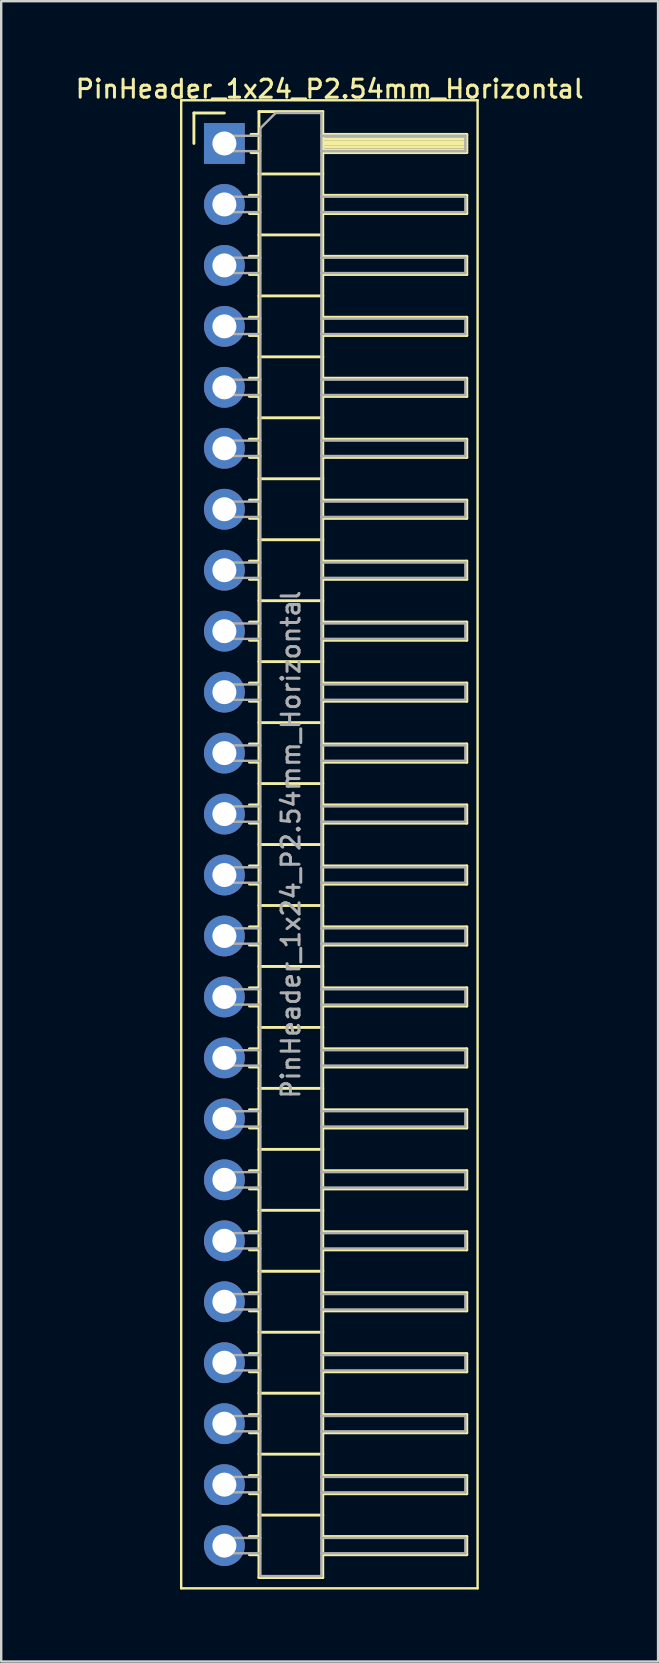
<source format=kicad_pcb>
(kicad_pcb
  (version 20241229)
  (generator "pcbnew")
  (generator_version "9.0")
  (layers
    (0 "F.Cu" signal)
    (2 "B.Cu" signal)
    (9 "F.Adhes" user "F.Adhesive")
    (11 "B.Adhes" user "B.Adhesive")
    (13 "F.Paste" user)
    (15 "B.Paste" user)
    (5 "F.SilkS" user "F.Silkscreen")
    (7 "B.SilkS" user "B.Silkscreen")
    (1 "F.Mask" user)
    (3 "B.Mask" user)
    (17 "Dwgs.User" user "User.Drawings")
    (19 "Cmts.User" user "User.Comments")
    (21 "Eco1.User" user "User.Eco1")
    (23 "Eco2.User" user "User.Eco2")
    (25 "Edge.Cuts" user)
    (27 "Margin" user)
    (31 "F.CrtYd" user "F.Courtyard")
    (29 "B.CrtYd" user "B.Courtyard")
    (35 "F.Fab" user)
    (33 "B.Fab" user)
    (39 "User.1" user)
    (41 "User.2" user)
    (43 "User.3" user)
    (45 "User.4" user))
  (footprint "PinHeader_1x24_P2.54mm_Horizontal"
    (layer "F.Cu")
    (at 6.299 2.928)
    (property "Reference" "PinHeader_1x24_P2.54mm_Horizontal" (at 4.385 -2.27 0) (layer "F.SilkS") (effects (font (size 0.75 0.75) (thickness 0.125))))
    (attr through_hole)
    (fp_line (start -1.8 -1.8) (end -1.8 60.2) (stroke (width 0.1) (type solid)) (layer "F.SilkS"))
    (fp_line (start -1.8 60.2) (end 10.55 60.2) (stroke (width 0.1) (type solid)) (layer "F.SilkS"))
    (fp_line (start -1.27 -1.27) (end 0 -1.27) (stroke (width 0.12) (type solid)) (layer "F.SilkS"))
    (fp_line (start -1.27 0) (end -1.27 -1.27) (stroke (width 0.12) (type solid)) (layer "F.SilkS"))
    (fp_line (start 1.043 2.16) (end 1.44 2.16) (stroke (width 0.12) (type solid)) (layer "F.SilkS"))
    (fp_line (start 1.043 2.92) (end 1.44 2.92) (stroke (width 0.12) (type solid)) (layer "F.SilkS"))
    (fp_line (start 1.043 4.7) (end 1.44 4.7) (stroke (width 0.12) (type solid)) (layer "F.SilkS"))
    (fp_line (start 1.043 5.46) (end 1.44 5.46) (stroke (width 0.12) (type solid)) (layer "F.SilkS"))
    (fp_line (start 1.043 7.24) (end 1.44 7.24) (stroke (width 0.12) (type solid)) (layer "F.SilkS"))
    (fp_line (start 1.043 8) (end 1.44 8) (stroke (width 0.12) (type solid)) (layer "F.SilkS"))
    (fp_line (start 1.043 9.78) (end 1.44 9.78) (stroke (width 0.12) (type solid)) (layer "F.SilkS"))
    (fp_line (start 1.043 10.54) (end 1.44 10.54) (stroke (width 0.12) (type solid)) (layer "F.SilkS"))
    (fp_line (start 1.043 12.32) (end 1.44 12.32) (stroke (width 0.12) (type solid)) (layer "F.SilkS"))
    (fp_line (start 1.043 13.08) (end 1.44 13.08) (stroke (width 0.12) (type solid)) (layer "F.SilkS"))
    (fp_line (start 1.043 14.86) (end 1.44 14.86) (stroke (width 0.12) (type solid)) (layer "F.SilkS"))
    (fp_line (start 1.043 15.62) (end 1.44 15.62) (stroke (width 0.12) (type solid)) (layer "F.SilkS"))
    (fp_line (start 1.043 17.4) (end 1.44 17.4) (stroke (width 0.12) (type solid)) (layer "F.SilkS"))
    (fp_line (start 1.043 18.16) (end 1.44 18.16) (stroke (width 0.12) (type solid)) (layer "F.SilkS"))
    (fp_line (start 1.043 19.94) (end 1.44 19.94) (stroke (width 0.12) (type solid)) (layer "F.SilkS"))
    (fp_line (start 1.043 20.7) (end 1.44 20.7) (stroke (width 0.12) (type solid)) (layer "F.SilkS"))
    (fp_line (start 1.043 22.48) (end 1.44 22.48) (stroke (width 0.12) (type solid)) (layer "F.SilkS"))
    (fp_line (start 1.043 23.24) (end 1.44 23.24) (stroke (width 0.12) (type solid)) (layer "F.SilkS"))
    (fp_line (start 1.043 25.02) (end 1.44 25.02) (stroke (width 0.12) (type solid)) (layer "F.SilkS"))
    (fp_line (start 1.043 25.78) (end 1.44 25.78) (stroke (width 0.12) (type solid)) (layer "F.SilkS"))
    (fp_line (start 1.043 27.56) (end 1.44 27.56) (stroke (width 0.12) (type solid)) (layer "F.SilkS"))
    (fp_line (start 1.043 28.32) (end 1.44 28.32) (stroke (width 0.12) (type solid)) (layer "F.SilkS"))
    (fp_line (start 1.043 30.1) (end 1.44 30.1) (stroke (width 0.12) (type solid)) (layer "F.SilkS"))
    (fp_line (start 1.043 30.86) (end 1.44 30.86) (stroke (width 0.12) (type solid)) (layer "F.SilkS"))
    (fp_line (start 1.043 32.64) (end 1.44 32.64) (stroke (width 0.12) (type solid)) (layer "F.SilkS"))
    (fp_line (start 1.043 33.4) (end 1.44 33.4) (stroke (width 0.12) (type solid)) (layer "F.SilkS"))
    (fp_line (start 1.043 35.18) (end 1.44 35.18) (stroke (width 0.12) (type solid)) (layer "F.SilkS"))
    (fp_line (start 1.043 35.94) (end 1.44 35.94) (stroke (width 0.12) (type solid)) (layer "F.SilkS"))
    (fp_line (start 1.043 37.72) (end 1.44 37.72) (stroke (width 0.12) (type solid)) (layer "F.SilkS"))
    (fp_line (start 1.043 38.48) (end 1.44 38.48) (stroke (width 0.12) (type solid)) (layer "F.SilkS"))
    (fp_line (start 1.043 40.26) (end 1.44 40.26) (stroke (width 0.12) (type solid)) (layer "F.SilkS"))
    (fp_line (start 1.043 41.02) (end 1.44 41.02) (stroke (width 0.12) (type solid)) (layer "F.SilkS"))
    (fp_line (start 1.043 42.8) (end 1.44 42.8) (stroke (width 0.12) (type solid)) (layer "F.SilkS"))
    (fp_line (start 1.043 43.56) (end 1.44 43.56) (stroke (width 0.12) (type solid)) (layer "F.SilkS"))
    (fp_line (start 1.043 45.34) (end 1.44 45.34) (stroke (width 0.12) (type solid)) (layer "F.SilkS"))
    (fp_line (start 1.043 46.1) (end 1.44 46.1) (stroke (width 0.12) (type solid)) (layer "F.SilkS"))
    (fp_line (start 1.043 47.88) (end 1.44 47.88) (stroke (width 0.12) (type solid)) (layer "F.SilkS"))
    (fp_line (start 1.043 48.64) (end 1.44 48.64) (stroke (width 0.12) (type solid)) (layer "F.SilkS"))
    (fp_line (start 1.043 50.42) (end 1.44 50.42) (stroke (width 0.12) (type solid)) (layer "F.SilkS"))
    (fp_line (start 1.043 51.18) (end 1.44 51.18) (stroke (width 0.12) (type solid)) (layer "F.SilkS"))
    (fp_line (start 1.043 52.96) (end 1.44 52.96) (stroke (width 0.12) (type solid)) (layer "F.SilkS"))
    (fp_line (start 1.043 53.72) (end 1.44 53.72) (stroke (width 0.12) (type solid)) (layer "F.SilkS"))
    (fp_line (start 1.043 55.5) (end 1.44 55.5) (stroke (width 0.12) (type solid)) (layer "F.SilkS"))
    (fp_line (start 1.043 56.26) (end 1.44 56.26) (stroke (width 0.12) (type solid)) (layer "F.SilkS"))
    (fp_line (start 1.043 58.04) (end 1.44 58.04) (stroke (width 0.12) (type solid)) (layer "F.SilkS"))
    (fp_line (start 1.043 58.8) (end 1.44 58.8) (stroke (width 0.12) (type solid)) (layer "F.SilkS"))
    (fp_line (start 1.11 -0.38) (end 1.44 -0.38) (stroke (width 0.12) (type solid)) (layer "F.SilkS"))
    (fp_line (start 1.11 0.38) (end 1.44 0.38) (stroke (width 0.12) (type solid)) (layer "F.SilkS"))
    (fp_line (start 1.44 -1.33) (end 1.44 59.75) (stroke (width 0.12) (type solid)) (layer "F.SilkS"))
    (fp_line (start 1.44 1.27) (end 4.1 1.27) (stroke (width 0.12) (type solid)) (layer "F.SilkS"))
    (fp_line (start 1.44 3.81) (end 4.1 3.81) (stroke (width 0.12) (type solid)) (layer "F.SilkS"))
    (fp_line (start 1.44 6.35) (end 4.1 6.35) (stroke (width 0.12) (type solid)) (layer "F.SilkS"))
    (fp_line (start 1.44 8.89) (end 4.1 8.89) (stroke (width 0.12) (type solid)) (layer "F.SilkS"))
    (fp_line (start 1.44 11.43) (end 4.1 11.43) (stroke (width 0.12) (type solid)) (layer "F.SilkS"))
    (fp_line (start 1.44 13.97) (end 4.1 13.97) (stroke (width 0.12) (type solid)) (layer "F.SilkS"))
    (fp_line (start 1.44 16.51) (end 4.1 16.51) (stroke (width 0.12) (type solid)) (layer "F.SilkS"))
    (fp_line (start 1.44 19.05) (end 4.1 19.05) (stroke (width 0.12) (type solid)) (layer "F.SilkS"))
    (fp_line (start 1.44 21.59) (end 4.1 21.59) (stroke (width 0.12) (type solid)) (layer "F.SilkS"))
    (fp_line (start 1.44 24.13) (end 4.1 24.13) (stroke (width 0.12) (type solid)) (layer "F.SilkS"))
    (fp_line (start 1.44 26.67) (end 4.1 26.67) (stroke (width 0.12) (type solid)) (layer "F.SilkS"))
    (fp_line (start 1.44 29.21) (end 4.1 29.21) (stroke (width 0.12) (type solid)) (layer "F.SilkS"))
    (fp_line (start 1.44 31.75) (end 4.1 31.75) (stroke (width 0.12) (type solid)) (layer "F.SilkS"))
    (fp_line (start 1.44 34.29) (end 4.1 34.29) (stroke (width 0.12) (type solid)) (layer "F.SilkS"))
    (fp_line (start 1.44 36.83) (end 4.1 36.83) (stroke (width 0.12) (type solid)) (layer "F.SilkS"))
    (fp_line (start 1.44 39.37) (end 4.1 39.37) (stroke (width 0.12) (type solid)) (layer "F.SilkS"))
    (fp_line (start 1.44 41.91) (end 4.1 41.91) (stroke (width 0.12) (type solid)) (layer "F.SilkS"))
    (fp_line (start 1.44 44.45) (end 4.1 44.45) (stroke (width 0.12) (type solid)) (layer "F.SilkS"))
    (fp_line (start 1.44 46.99) (end 4.1 46.99) (stroke (width 0.12) (type solid)) (layer "F.SilkS"))
    (fp_line (start 1.44 49.53) (end 4.1 49.53) (stroke (width 0.12) (type solid)) (layer "F.SilkS"))
    (fp_line (start 1.44 52.07) (end 4.1 52.07) (stroke (width 0.12) (type solid)) (layer "F.SilkS"))
    (fp_line (start 1.44 54.61) (end 4.1 54.61) (stroke (width 0.12) (type solid)) (layer "F.SilkS"))
    (fp_line (start 1.44 57.15) (end 4.1 57.15) (stroke (width 0.12) (type solid)) (layer "F.SilkS"))
    (fp_line (start 1.44 59.75) (end 4.1 59.75) (stroke (width 0.12) (type solid)) (layer "F.SilkS"))
    (fp_line (start 4.1 -1.33) (end 1.44 -1.33) (stroke (width 0.12) (type solid)) (layer "F.SilkS"))
    (fp_line (start 4.1 -0.38) (end 10.1 -0.38) (stroke (width 0.12) (type solid)) (layer "F.SilkS"))
    (fp_line (start 4.1 -0.32) (end 10.1 -0.32) (stroke (width 0.12) (type solid)) (layer "F.SilkS"))
    (fp_line (start 4.1 -0.2) (end 10.1 -0.2) (stroke (width 0.12) (type solid)) (layer "F.SilkS"))
    (fp_line (start 4.1 -0.08) (end 10.1 -0.08) (stroke (width 0.12) (type solid)) (layer "F.SilkS"))
    (fp_line (start 4.1 0.04) (end 10.1 0.04) (stroke (width 0.12) (type solid)) (layer "F.SilkS"))
    (fp_line (start 4.1 0.16) (end 10.1 0.16) (stroke (width 0.12) (type solid)) (layer "F.SilkS"))
    (fp_line (start 4.1 0.28) (end 10.1 0.28) (stroke (width 0.12) (type solid)) (layer "F.SilkS"))
    (fp_line (start 4.1 2.16) (end 10.1 2.16) (stroke (width 0.12) (type solid)) (layer "F.SilkS"))
    (fp_line (start 4.1 4.7) (end 10.1 4.7) (stroke (width 0.12) (type solid)) (layer "F.SilkS"))
    (fp_line (start 4.1 7.24) (end 10.1 7.24) (stroke (width 0.12) (type solid)) (layer "F.SilkS"))
    (fp_line (start 4.1 9.78) (end 10.1 9.78) (stroke (width 0.12) (type solid)) (layer "F.SilkS"))
    (fp_line (start 4.1 12.32) (end 10.1 12.32) (stroke (width 0.12) (type solid)) (layer "F.SilkS"))
    (fp_line (start 4.1 14.86) (end 10.1 14.86) (stroke (width 0.12) (type solid)) (layer "F.SilkS"))
    (fp_line (start 4.1 17.4) (end 10.1 17.4) (stroke (width 0.12) (type solid)) (layer "F.SilkS"))
    (fp_line (start 4.1 19.94) (end 10.1 19.94) (stroke (width 0.12) (type solid)) (layer "F.SilkS"))
    (fp_line (start 4.1 22.48) (end 10.1 22.48) (stroke (width 0.12) (type solid)) (layer "F.SilkS"))
    (fp_line (start 4.1 25.02) (end 10.1 25.02) (stroke (width 0.12) (type solid)) (layer "F.SilkS"))
    (fp_line (start 4.1 27.56) (end 10.1 27.56) (stroke (width 0.12) (type solid)) (layer "F.SilkS"))
    (fp_line (start 4.1 30.1) (end 10.1 30.1) (stroke (width 0.12) (type solid)) (layer "F.SilkS"))
    (fp_line (start 4.1 32.64) (end 10.1 32.64) (stroke (width 0.12) (type solid)) (layer "F.SilkS"))
    (fp_line (start 4.1 35.18) (end 10.1 35.18) (stroke (width 0.12) (type solid)) (layer "F.SilkS"))
    (fp_line (start 4.1 37.72) (end 10.1 37.72) (stroke (width 0.12) (type solid)) (layer "F.SilkS"))
    (fp_line (start 4.1 40.26) (end 10.1 40.26) (stroke (width 0.12) (type solid)) (layer "F.SilkS"))
    (fp_line (start 4.1 42.8) (end 10.1 42.8) (stroke (width 0.12) (type solid)) (layer "F.SilkS"))
    (fp_line (start 4.1 45.34) (end 10.1 45.34) (stroke (width 0.12) (type solid)) (layer "F.SilkS"))
    (fp_line (start 4.1 47.88) (end 10.1 47.88) (stroke (width 0.12) (type solid)) (layer "F.SilkS"))
    (fp_line (start 4.1 50.42) (end 10.1 50.42) (stroke (width 0.12) (type solid)) (layer "F.SilkS"))
    (fp_line (start 4.1 52.96) (end 10.1 52.96) (stroke (width 0.12) (type solid)) (layer "F.SilkS"))
    (fp_line (start 4.1 55.5) (end 10.1 55.5) (stroke (width 0.12) (type solid)) (layer "F.SilkS"))
    (fp_line (start 4.1 58.04) (end 10.1 58.04) (stroke (width 0.12) (type solid)) (layer "F.SilkS"))
    (fp_line (start 4.1 59.75) (end 4.1 -1.33) (stroke (width 0.12) (type solid)) (layer "F.SilkS"))
    (fp_line (start 10.1 -0.38) (end 10.1 0.38) (stroke (width 0.12) (type solid)) (layer "F.SilkS"))
    (fp_line (start 10.1 0.38) (end 4.1 0.38) (stroke (width 0.12) (type solid)) (layer "F.SilkS"))
    (fp_line (start 10.1 2.16) (end 10.1 2.92) (stroke (width 0.12) (type solid)) (layer "F.SilkS"))
    (fp_line (start 10.1 2.92) (end 4.1 2.92) (stroke (width 0.12) (type solid)) (layer "F.SilkS"))
    (fp_line (start 10.1 4.7) (end 10.1 5.46) (stroke (width 0.12) (type solid)) (layer "F.SilkS"))
    (fp_line (start 10.1 5.46) (end 4.1 5.46) (stroke (width 0.12) (type solid)) (layer "F.SilkS"))
    (fp_line (start 10.1 7.24) (end 10.1 8) (stroke (width 0.12) (type solid)) (layer "F.SilkS"))
    (fp_line (start 10.1 8) (end 4.1 8) (stroke (width 0.12) (type solid)) (layer "F.SilkS"))
    (fp_line (start 10.1 9.78) (end 10.1 10.54) (stroke (width 0.12) (type solid)) (layer "F.SilkS"))
    (fp_line (start 10.1 10.54) (end 4.1 10.54) (stroke (width 0.12) (type solid)) (layer "F.SilkS"))
    (fp_line (start 10.1 12.32) (end 10.1 13.08) (stroke (width 0.12) (type solid)) (layer "F.SilkS"))
    (fp_line (start 10.1 13.08) (end 4.1 13.08) (stroke (width 0.12) (type solid)) (layer "F.SilkS"))
    (fp_line (start 10.1 14.86) (end 10.1 15.62) (stroke (width 0.12) (type solid)) (layer "F.SilkS"))
    (fp_line (start 10.1 15.62) (end 4.1 15.62) (stroke (width 0.12) (type solid)) (layer "F.SilkS"))
    (fp_line (start 10.1 17.4) (end 10.1 18.16) (stroke (width 0.12) (type solid)) (layer "F.SilkS"))
    (fp_line (start 10.1 18.16) (end 4.1 18.16) (stroke (width 0.12) (type solid)) (layer "F.SilkS"))
    (fp_line (start 10.1 19.94) (end 10.1 20.7) (stroke (width 0.12) (type solid)) (layer "F.SilkS"))
    (fp_line (start 10.1 20.7) (end 4.1 20.7) (stroke (width 0.12) (type solid)) (layer "F.SilkS"))
    (fp_line (start 10.1 22.48) (end 10.1 23.24) (stroke (width 0.12) (type solid)) (layer "F.SilkS"))
    (fp_line (start 10.1 23.24) (end 4.1 23.24) (stroke (width 0.12) (type solid)) (layer "F.SilkS"))
    (fp_line (start 10.1 25.02) (end 10.1 25.78) (stroke (width 0.12) (type solid)) (layer "F.SilkS"))
    (fp_line (start 10.1 25.78) (end 4.1 25.78) (stroke (width 0.12) (type solid)) (layer "F.SilkS"))
    (fp_line (start 10.1 27.56) (end 10.1 28.32) (stroke (width 0.12) (type solid)) (layer "F.SilkS"))
    (fp_line (start 10.1 28.32) (end 4.1 28.32) (stroke (width 0.12) (type solid)) (layer "F.SilkS"))
    (fp_line (start 10.1 30.1) (end 10.1 30.86) (stroke (width 0.12) (type solid)) (layer "F.SilkS"))
    (fp_line (start 10.1 30.86) (end 4.1 30.86) (stroke (width 0.12) (type solid)) (layer "F.SilkS"))
    (fp_line (start 10.1 32.64) (end 10.1 33.4) (stroke (width 0.12) (type solid)) (layer "F.SilkS"))
    (fp_line (start 10.1 33.4) (end 4.1 33.4) (stroke (width 0.12) (type solid)) (layer "F.SilkS"))
    (fp_line (start 10.1 35.18) (end 10.1 35.94) (stroke (width 0.12) (type solid)) (layer "F.SilkS"))
    (fp_line (start 10.1 35.94) (end 4.1 35.94) (stroke (width 0.12) (type solid)) (layer "F.SilkS"))
    (fp_line (start 10.1 37.72) (end 10.1 38.48) (stroke (width 0.12) (type solid)) (layer "F.SilkS"))
    (fp_line (start 10.1 38.48) (end 4.1 38.48) (stroke (width 0.12) (type solid)) (layer "F.SilkS"))
    (fp_line (start 10.1 40.26) (end 10.1 41.02) (stroke (width 0.12) (type solid)) (layer "F.SilkS"))
    (fp_line (start 10.1 41.02) (end 4.1 41.02) (stroke (width 0.12) (type solid)) (layer "F.SilkS"))
    (fp_line (start 10.1 42.8) (end 10.1 43.56) (stroke (width 0.12) (type solid)) (layer "F.SilkS"))
    (fp_line (start 10.1 43.56) (end 4.1 43.56) (stroke (width 0.12) (type solid)) (layer "F.SilkS"))
    (fp_line (start 10.1 45.34) (end 10.1 46.1) (stroke (width 0.12) (type solid)) (layer "F.SilkS"))
    (fp_line (start 10.1 46.1) (end 4.1 46.1) (stroke (width 0.12) (type solid)) (layer "F.SilkS"))
    (fp_line (start 10.1 47.88) (end 10.1 48.64) (stroke (width 0.12) (type solid)) (layer "F.SilkS"))
    (fp_line (start 10.1 48.64) (end 4.1 48.64) (stroke (width 0.12) (type solid)) (layer "F.SilkS"))
    (fp_line (start 10.1 50.42) (end 10.1 51.18) (stroke (width 0.12) (type solid)) (layer "F.SilkS"))
    (fp_line (start 10.1 51.18) (end 4.1 51.18) (stroke (width 0.12) (type solid)) (layer "F.SilkS"))
    (fp_line (start 10.1 52.96) (end 10.1 53.72) (stroke (width 0.12) (type solid)) (layer "F.SilkS"))
    (fp_line (start 10.1 53.72) (end 4.1 53.72) (stroke (width 0.12) (type solid)) (layer "F.SilkS"))
    (fp_line (start 10.1 55.5) (end 10.1 56.26) (stroke (width 0.12) (type solid)) (layer "F.SilkS"))
    (fp_line (start 10.1 56.26) (end 4.1 56.26) (stroke (width 0.12) (type solid)) (layer "F.SilkS"))
    (fp_line (start 10.1 58.04) (end 10.1 58.8) (stroke (width 0.12) (type solid)) (layer "F.SilkS"))
    (fp_line (start 10.1 58.8) (end 4.1 58.8) (stroke (width 0.12) (type solid)) (layer "F.SilkS"))
    (fp_line (start 10.55 -1.8) (end -1.8 -1.8) (stroke (width 0.1) (type solid)) (layer "F.SilkS"))
    (fp_line (start 10.55 60.2) (end 10.55 -1.8) (stroke (width 0.1) (type solid)) (layer "F.SilkS"))
    (fp_line (start -0.32 -0.32) (end -0.32 0.32) (stroke (width 0.1) (type solid)) (layer "F.Fab"))
    (fp_line (start -0.32 -0.32) (end 1.5 -0.32) (stroke (width 0.1) (type solid)) (layer "F.Fab"))
    (fp_line (start -0.32 0.32) (end 1.5 0.32) (stroke (width 0.1) (type solid)) (layer "F.Fab"))
    (fp_line (start -0.32 2.22) (end -0.32 2.86) (stroke (width 0.1) (type solid)) (layer "F.Fab"))
    (fp_line (start -0.32 2.22) (end 1.5 2.22) (stroke (width 0.1) (type solid)) (layer "F.Fab"))
    (fp_line (start -0.32 2.86) (end 1.5 2.86) (stroke (width 0.1) (type solid)) (layer "F.Fab"))
    (fp_line (start -0.32 4.76) (end -0.32 5.4) (stroke (width 0.1) (type solid)) (layer "F.Fab"))
    (fp_line (start -0.32 4.76) (end 1.5 4.76) (stroke (width 0.1) (type solid)) (layer "F.Fab"))
    (fp_line (start -0.32 5.4) (end 1.5 5.4) (stroke (width 0.1) (type solid)) (layer "F.Fab"))
    (fp_line (start -0.32 7.3) (end -0.32 7.94) (stroke (width 0.1) (type solid)) (layer "F.Fab"))
    (fp_line (start -0.32 7.3) (end 1.5 7.3) (stroke (width 0.1) (type solid)) (layer "F.Fab"))
    (fp_line (start -0.32 7.94) (end 1.5 7.94) (stroke (width 0.1) (type solid)) (layer "F.Fab"))
    (fp_line (start -0.32 9.84) (end -0.32 10.48) (stroke (width 0.1) (type solid)) (layer "F.Fab"))
    (fp_line (start -0.32 9.84) (end 1.5 9.84) (stroke (width 0.1) (type solid)) (layer "F.Fab"))
    (fp_line (start -0.32 10.48) (end 1.5 10.48) (stroke (width 0.1) (type solid)) (layer "F.Fab"))
    (fp_line (start -0.32 12.38) (end -0.32 13.02) (stroke (width 0.1) (type solid)) (layer "F.Fab"))
    (fp_line (start -0.32 12.38) (end 1.5 12.38) (stroke (width 0.1) (type solid)) (layer "F.Fab"))
    (fp_line (start -0.32 13.02) (end 1.5 13.02) (stroke (width 0.1) (type solid)) (layer "F.Fab"))
    (fp_line (start -0.32 14.92) (end -0.32 15.56) (stroke (width 0.1) (type solid)) (layer "F.Fab"))
    (fp_line (start -0.32 14.92) (end 1.5 14.92) (stroke (width 0.1) (type solid)) (layer "F.Fab"))
    (fp_line (start -0.32 15.56) (end 1.5 15.56) (stroke (width 0.1) (type solid)) (layer "F.Fab"))
    (fp_line (start -0.32 17.46) (end -0.32 18.1) (stroke (width 0.1) (type solid)) (layer "F.Fab"))
    (fp_line (start -0.32 17.46) (end 1.5 17.46) (stroke (width 0.1) (type solid)) (layer "F.Fab"))
    (fp_line (start -0.32 18.1) (end 1.5 18.1) (stroke (width 0.1) (type solid)) (layer "F.Fab"))
    (fp_line (start -0.32 20) (end -0.32 20.64) (stroke (width 0.1) (type solid)) (layer "F.Fab"))
    (fp_line (start -0.32 20) (end 1.5 20) (stroke (width 0.1) (type solid)) (layer "F.Fab"))
    (fp_line (start -0.32 20.64) (end 1.5 20.64) (stroke (width 0.1) (type solid)) (layer "F.Fab"))
    (fp_line (start -0.32 22.54) (end -0.32 23.18) (stroke (width 0.1) (type solid)) (layer "F.Fab"))
    (fp_line (start -0.32 22.54) (end 1.5 22.54) (stroke (width 0.1) (type solid)) (layer "F.Fab"))
    (fp_line (start -0.32 23.18) (end 1.5 23.18) (stroke (width 0.1) (type solid)) (layer "F.Fab"))
    (fp_line (start -0.32 25.08) (end -0.32 25.72) (stroke (width 0.1) (type solid)) (layer "F.Fab"))
    (fp_line (start -0.32 25.08) (end 1.5 25.08) (stroke (width 0.1) (type solid)) (layer "F.Fab"))
    (fp_line (start -0.32 25.72) (end 1.5 25.72) (stroke (width 0.1) (type solid)) (layer "F.Fab"))
    (fp_line (start -0.32 27.62) (end -0.32 28.26) (stroke (width 0.1) (type solid)) (layer "F.Fab"))
    (fp_line (start -0.32 27.62) (end 1.5 27.62) (stroke (width 0.1) (type solid)) (layer "F.Fab"))
    (fp_line (start -0.32 28.26) (end 1.5 28.26) (stroke (width 0.1) (type solid)) (layer "F.Fab"))
    (fp_line (start -0.32 30.16) (end -0.32 30.8) (stroke (width 0.1) (type solid)) (layer "F.Fab"))
    (fp_line (start -0.32 30.16) (end 1.5 30.16) (stroke (width 0.1) (type solid)) (layer "F.Fab"))
    (fp_line (start -0.32 30.8) (end 1.5 30.8) (stroke (width 0.1) (type solid)) (layer "F.Fab"))
    (fp_line (start -0.32 32.7) (end -0.32 33.34) (stroke (width 0.1) (type solid)) (layer "F.Fab"))
    (fp_line (start -0.32 32.7) (end 1.5 32.7) (stroke (width 0.1) (type solid)) (layer "F.Fab"))
    (fp_line (start -0.32 33.34) (end 1.5 33.34) (stroke (width 0.1) (type solid)) (layer "F.Fab"))
    (fp_line (start -0.32 35.24) (end -0.32 35.88) (stroke (width 0.1) (type solid)) (layer "F.Fab"))
    (fp_line (start -0.32 35.24) (end 1.5 35.24) (stroke (width 0.1) (type solid)) (layer "F.Fab"))
    (fp_line (start -0.32 35.88) (end 1.5 35.88) (stroke (width 0.1) (type solid)) (layer "F.Fab"))
    (fp_line (start -0.32 37.78) (end -0.32 38.42) (stroke (width 0.1) (type solid)) (layer "F.Fab"))
    (fp_line (start -0.32 37.78) (end 1.5 37.78) (stroke (width 0.1) (type solid)) (layer "F.Fab"))
    (fp_line (start -0.32 38.42) (end 1.5 38.42) (stroke (width 0.1) (type solid)) (layer "F.Fab"))
    (fp_line (start -0.32 40.32) (end -0.32 40.96) (stroke (width 0.1) (type solid)) (layer "F.Fab"))
    (fp_line (start -0.32 40.32) (end 1.5 40.32) (stroke (width 0.1) (type solid)) (layer "F.Fab"))
    (fp_line (start -0.32 40.96) (end 1.5 40.96) (stroke (width 0.1) (type solid)) (layer "F.Fab"))
    (fp_line (start -0.32 42.86) (end -0.32 43.5) (stroke (width 0.1) (type solid)) (layer "F.Fab"))
    (fp_line (start -0.32 42.86) (end 1.5 42.86) (stroke (width 0.1) (type solid)) (layer "F.Fab"))
    (fp_line (start -0.32 43.5) (end 1.5 43.5) (stroke (width 0.1) (type solid)) (layer "F.Fab"))
    (fp_line (start -0.32 45.4) (end -0.32 46.04) (stroke (width 0.1) (type solid)) (layer "F.Fab"))
    (fp_line (start -0.32 45.4) (end 1.5 45.4) (stroke (width 0.1) (type solid)) (layer "F.Fab"))
    (fp_line (start -0.32 46.04) (end 1.5 46.04) (stroke (width 0.1) (type solid)) (layer "F.Fab"))
    (fp_line (start -0.32 47.94) (end -0.32 48.58) (stroke (width 0.1) (type solid)) (layer "F.Fab"))
    (fp_line (start -0.32 47.94) (end 1.5 47.94) (stroke (width 0.1) (type solid)) (layer "F.Fab"))
    (fp_line (start -0.32 48.58) (end 1.5 48.58) (stroke (width 0.1) (type solid)) (layer "F.Fab"))
    (fp_line (start -0.32 50.48) (end -0.32 51.12) (stroke (width 0.1) (type solid)) (layer "F.Fab"))
    (fp_line (start -0.32 50.48) (end 1.5 50.48) (stroke (width 0.1) (type solid)) (layer "F.Fab"))
    (fp_line (start -0.32 51.12) (end 1.5 51.12) (stroke (width 0.1) (type solid)) (layer "F.Fab"))
    (fp_line (start -0.32 53.02) (end -0.32 53.66) (stroke (width 0.1) (type solid)) (layer "F.Fab"))
    (fp_line (start -0.32 53.02) (end 1.5 53.02) (stroke (width 0.1) (type solid)) (layer "F.Fab"))
    (fp_line (start -0.32 53.66) (end 1.5 53.66) (stroke (width 0.1) (type solid)) (layer "F.Fab"))
    (fp_line (start -0.32 55.56) (end -0.32 56.2) (stroke (width 0.1) (type solid)) (layer "F.Fab"))
    (fp_line (start -0.32 55.56) (end 1.5 55.56) (stroke (width 0.1) (type solid)) (layer "F.Fab"))
    (fp_line (start -0.32 56.2) (end 1.5 56.2) (stroke (width 0.1) (type solid)) (layer "F.Fab"))
    (fp_line (start -0.32 58.1) (end -0.32 58.74) (stroke (width 0.1) (type solid)) (layer "F.Fab"))
    (fp_line (start -0.32 58.1) (end 1.5 58.1) (stroke (width 0.1) (type solid)) (layer "F.Fab"))
    (fp_line (start -0.32 58.74) (end 1.5 58.74) (stroke (width 0.1) (type solid)) (layer "F.Fab"))
    (fp_line (start 1.5 -0.635) (end 2.135 -1.27) (stroke (width 0.1) (type solid)) (layer "F.Fab"))
    (fp_line (start 1.5 59.69) (end 1.5 -0.635) (stroke (width 0.1) (type solid)) (layer "F.Fab"))
    (fp_line (start 2.135 -1.27) (end 4.04 -1.27) (stroke (width 0.1) (type solid)) (layer "F.Fab"))
    (fp_line (start 4.04 -1.27) (end 4.04 59.69) (stroke (width 0.1) (type solid)) (layer "F.Fab"))
    (fp_line (start 4.04 -0.32) (end 10.04 -0.32) (stroke (width 0.1) (type solid)) (layer "F.Fab"))
    (fp_line (start 4.04 0.32) (end 10.04 0.32) (stroke (width 0.1) (type solid)) (layer "F.Fab"))
    (fp_line (start 4.04 2.22) (end 10.04 2.22) (stroke (width 0.1) (type solid)) (layer "F.Fab"))
    (fp_line (start 4.04 2.86) (end 10.04 2.86) (stroke (width 0.1) (type solid)) (layer "F.Fab"))
    (fp_line (start 4.04 4.76) (end 10.04 4.76) (stroke (width 0.1) (type solid)) (layer "F.Fab"))
    (fp_line (start 4.04 5.4) (end 10.04 5.4) (stroke (width 0.1) (type solid)) (layer "F.Fab"))
    (fp_line (start 4.04 7.3) (end 10.04 7.3) (stroke (width 0.1) (type solid)) (layer "F.Fab"))
    (fp_line (start 4.04 7.94) (end 10.04 7.94) (stroke (width 0.1) (type solid)) (layer "F.Fab"))
    (fp_line (start 4.04 9.84) (end 10.04 9.84) (stroke (width 0.1) (type solid)) (layer "F.Fab"))
    (fp_line (start 4.04 10.48) (end 10.04 10.48) (stroke (width 0.1) (type solid)) (layer "F.Fab"))
    (fp_line (start 4.04 12.38) (end 10.04 12.38) (stroke (width 0.1) (type solid)) (layer "F.Fab"))
    (fp_line (start 4.04 13.02) (end 10.04 13.02) (stroke (width 0.1) (type solid)) (layer "F.Fab"))
    (fp_line (start 4.04 14.92) (end 10.04 14.92) (stroke (width 0.1) (type solid)) (layer "F.Fab"))
    (fp_line (start 4.04 15.56) (end 10.04 15.56) (stroke (width 0.1) (type solid)) (layer "F.Fab"))
    (fp_line (start 4.04 17.46) (end 10.04 17.46) (stroke (width 0.1) (type solid)) (layer "F.Fab"))
    (fp_line (start 4.04 18.1) (end 10.04 18.1) (stroke (width 0.1) (type solid)) (layer "F.Fab"))
    (fp_line (start 4.04 20) (end 10.04 20) (stroke (width 0.1) (type solid)) (layer "F.Fab"))
    (fp_line (start 4.04 20.64) (end 10.04 20.64) (stroke (width 0.1) (type solid)) (layer "F.Fab"))
    (fp_line (start 4.04 22.54) (end 10.04 22.54) (stroke (width 0.1) (type solid)) (layer "F.Fab"))
    (fp_line (start 4.04 23.18) (end 10.04 23.18) (stroke (width 0.1) (type solid)) (layer "F.Fab"))
    (fp_line (start 4.04 25.08) (end 10.04 25.08) (stroke (width 0.1) (type solid)) (layer "F.Fab"))
    (fp_line (start 4.04 25.72) (end 10.04 25.72) (stroke (width 0.1) (type solid)) (layer "F.Fab"))
    (fp_line (start 4.04 27.62) (end 10.04 27.62) (stroke (width 0.1) (type solid)) (layer "F.Fab"))
    (fp_line (start 4.04 28.26) (end 10.04 28.26) (stroke (width 0.1) (type solid)) (layer "F.Fab"))
    (fp_line (start 4.04 30.16) (end 10.04 30.16) (stroke (width 0.1) (type solid)) (layer "F.Fab"))
    (fp_line (start 4.04 30.8) (end 10.04 30.8) (stroke (width 0.1) (type solid)) (layer "F.Fab"))
    (fp_line (start 4.04 32.7) (end 10.04 32.7) (stroke (width 0.1) (type solid)) (layer "F.Fab"))
    (fp_line (start 4.04 33.34) (end 10.04 33.34) (stroke (width 0.1) (type solid)) (layer "F.Fab"))
    (fp_line (start 4.04 35.24) (end 10.04 35.24) (stroke (width 0.1) (type solid)) (layer "F.Fab"))
    (fp_line (start 4.04 35.88) (end 10.04 35.88) (stroke (width 0.1) (type solid)) (layer "F.Fab"))
    (fp_line (start 4.04 37.78) (end 10.04 37.78) (stroke (width 0.1) (type solid)) (layer "F.Fab"))
    (fp_line (start 4.04 38.42) (end 10.04 38.42) (stroke (width 0.1) (type solid)) (layer "F.Fab"))
    (fp_line (start 4.04 40.32) (end 10.04 40.32) (stroke (width 0.1) (type solid)) (layer "F.Fab"))
    (fp_line (start 4.04 40.96) (end 10.04 40.96) (stroke (width 0.1) (type solid)) (layer "F.Fab"))
    (fp_line (start 4.04 42.86) (end 10.04 42.86) (stroke (width 0.1) (type solid)) (layer "F.Fab"))
    (fp_line (start 4.04 43.5) (end 10.04 43.5) (stroke (width 0.1) (type solid)) (layer "F.Fab"))
    (fp_line (start 4.04 45.4) (end 10.04 45.4) (stroke (width 0.1) (type solid)) (layer "F.Fab"))
    (fp_line (start 4.04 46.04) (end 10.04 46.04) (stroke (width 0.1) (type solid)) (layer "F.Fab"))
    (fp_line (start 4.04 47.94) (end 10.04 47.94) (stroke (width 0.1) (type solid)) (layer "F.Fab"))
    (fp_line (start 4.04 48.58) (end 10.04 48.58) (stroke (width 0.1) (type solid)) (layer "F.Fab"))
    (fp_line (start 4.04 50.48) (end 10.04 50.48) (stroke (width 0.1) (type solid)) (layer "F.Fab"))
    (fp_line (start 4.04 51.12) (end 10.04 51.12) (stroke (width 0.1) (type solid)) (layer "F.Fab"))
    (fp_line (start 4.04 53.02) (end 10.04 53.02) (stroke (width 0.1) (type solid)) (layer "F.Fab"))
    (fp_line (start 4.04 53.66) (end 10.04 53.66) (stroke (width 0.1) (type solid)) (layer "F.Fab"))
    (fp_line (start 4.04 55.56) (end 10.04 55.56) (stroke (width 0.1) (type solid)) (layer "F.Fab"))
    (fp_line (start 4.04 56.2) (end 10.04 56.2) (stroke (width 0.1) (type solid)) (layer "F.Fab"))
    (fp_line (start 4.04 58.1) (end 10.04 58.1) (stroke (width 0.1) (type solid)) (layer "F.Fab"))
    (fp_line (start 4.04 58.74) (end 10.04 58.74) (stroke (width 0.1) (type solid)) (layer "F.Fab"))
    (fp_line (start 4.04 59.69) (end 1.5 59.69) (stroke (width 0.1) (type solid)) (layer "F.Fab"))
    (fp_line (start 10.04 -0.32) (end 10.04 0.32) (stroke (width 0.1) (type solid)) (layer "F.Fab"))
    (fp_line (start 10.04 2.22) (end 10.04 2.86) (stroke (width 0.1) (type solid)) (layer "F.Fab"))
    (fp_line (start 10.04 4.76) (end 10.04 5.4) (stroke (width 0.1) (type solid)) (layer "F.Fab"))
    (fp_line (start 10.04 7.3) (end 10.04 7.94) (stroke (width 0.1) (type solid)) (layer "F.Fab"))
    (fp_line (start 10.04 9.84) (end 10.04 10.48) (stroke (width 0.1) (type solid)) (layer "F.Fab"))
    (fp_line (start 10.04 12.38) (end 10.04 13.02) (stroke (width 0.1) (type solid)) (layer "F.Fab"))
    (fp_line (start 10.04 14.92) (end 10.04 15.56) (stroke (width 0.1) (type solid)) (layer "F.Fab"))
    (fp_line (start 10.04 17.46) (end 10.04 18.1) (stroke (width 0.1) (type solid)) (layer "F.Fab"))
    (fp_line (start 10.04 20) (end 10.04 20.64) (stroke (width 0.1) (type solid)) (layer "F.Fab"))
    (fp_line (start 10.04 22.54) (end 10.04 23.18) (stroke (width 0.1) (type solid)) (layer "F.Fab"))
    (fp_line (start 10.04 25.08) (end 10.04 25.72) (stroke (width 0.1) (type solid)) (layer "F.Fab"))
    (fp_line (start 10.04 27.62) (end 10.04 28.26) (stroke (width 0.1) (type solid)) (layer "F.Fab"))
    (fp_line (start 10.04 30.16) (end 10.04 30.8) (stroke (width 0.1) (type solid)) (layer "F.Fab"))
    (fp_line (start 10.04 32.7) (end 10.04 33.34) (stroke (width 0.1) (type solid)) (layer "F.Fab"))
    (fp_line (start 10.04 35.24) (end 10.04 35.88) (stroke (width 0.1) (type solid)) (layer "F.Fab"))
    (fp_line (start 10.04 37.78) (end 10.04 38.42) (stroke (width 0.1) (type solid)) (layer "F.Fab"))
    (fp_line (start 10.04 40.32) (end 10.04 40.96) (stroke (width 0.1) (type solid)) (layer "F.Fab"))
    (fp_line (start 10.04 42.86) (end 10.04 43.5) (stroke (width 0.1) (type solid)) (layer "F.Fab"))
    (fp_line (start 10.04 45.4) (end 10.04 46.04) (stroke (width 0.1) (type solid)) (layer "F.Fab"))
    (fp_line (start 10.04 47.94) (end 10.04 48.58) (stroke (width 0.1) (type solid)) (layer "F.Fab"))
    (fp_line (start 10.04 50.48) (end 10.04 51.12) (stroke (width 0.1) (type solid)) (layer "F.Fab"))
    (fp_line (start 10.04 53.02) (end 10.04 53.66) (stroke (width 0.1) (type solid)) (layer "F.Fab"))
    (fp_line (start 10.04 55.56) (end 10.04 56.2) (stroke (width 0.1) (type solid)) (layer "F.Fab"))
    (fp_line (start 10.04 58.1) (end 10.04 58.74) (stroke (width 0.1) (type solid)) (layer "F.Fab"))
    (fp_text user "${REFERENCE}" (at 2.77 29.21 90) (layer "F.Fab") (effects (font (size 0.75 0.75) (thickness 0.125))))
    (pad "1" thru_hole rect (at 0 0) (size 1.7 1.7) (drill 1) (layers "*.Cu" "*.Mask"))
    (pad "2" thru_hole oval (at 0 2.54) (size 1.7 1.7) (drill 1) (layers "*.Cu" "*.Mask"))
    (pad "3" thru_hole oval (at 0 5.08) (size 1.7 1.7) (drill 1) (layers "*.Cu" "*.Mask"))
    (pad "4" thru_hole oval (at 0 7.62) (size 1.7 1.7) (drill 1) (layers "*.Cu" "*.Mask"))
    (pad "5" thru_hole oval (at 0 10.16) (size 1.7 1.7) (drill 1) (layers "*.Cu" "*.Mask"))
    (pad "6" thru_hole oval (at 0 12.7) (size 1.7 1.7) (drill 1) (layers "*.Cu" "*.Mask"))
    (pad "7" thru_hole oval (at 0 15.24) (size 1.7 1.7) (drill 1) (layers "*.Cu" "*.Mask"))
    (pad "8" thru_hole oval (at 0 17.78) (size 1.7 1.7) (drill 1) (layers "*.Cu" "*.Mask"))
    (pad "9" thru_hole oval (at 0 20.32) (size 1.7 1.7) (drill 1) (layers "*.Cu" "*.Mask"))
    (pad "10" thru_hole oval (at 0 22.86) (size 1.7 1.7) (drill 1) (layers "*.Cu" "*.Mask"))
    (pad "11" thru_hole oval (at 0 25.4) (size 1.7 1.7) (drill 1) (layers "*.Cu" "*.Mask"))
    (pad "12" thru_hole oval (at 0 27.94) (size 1.7 1.7) (drill 1) (layers "*.Cu" "*.Mask"))
    (pad "13" thru_hole oval (at 0 30.48) (size 1.7 1.7) (drill 1) (layers "*.Cu" "*.Mask"))
    (pad "14" thru_hole oval (at 0 33.02) (size 1.7 1.7) (drill 1) (layers "*.Cu" "*.Mask"))
    (pad "15" thru_hole oval (at 0 35.56) (size 1.7 1.7) (drill 1) (layers "*.Cu" "*.Mask"))
    (pad "16" thru_hole oval (at 0 38.1) (size 1.7 1.7) (drill 1) (layers "*.Cu" "*.Mask"))
    (pad "17" thru_hole oval (at 0 40.64) (size 1.7 1.7) (drill 1) (layers "*.Cu" "*.Mask"))
    (pad "18" thru_hole oval (at 0 43.18) (size 1.7 1.7) (drill 1) (layers "*.Cu" "*.Mask"))
    (pad "19" thru_hole oval (at 0 45.72) (size 1.7 1.7) (drill 1) (layers "*.Cu" "*.Mask"))
    (pad "20" thru_hole oval (at 0 48.26) (size 1.7 1.7) (drill 1) (layers "*.Cu" "*.Mask"))
    (pad "21" thru_hole oval (at 0 50.8) (size 1.7 1.7) (drill 1) (layers "*.Cu" "*.Mask"))
    (pad "22" thru_hole oval (at 0 53.34) (size 1.7 1.7) (drill 1) (layers "*.Cu" "*.Mask"))
    (pad "23" thru_hole oval (at 0 55.88) (size 1.7 1.7) (drill 1) (layers "*.Cu" "*.Mask"))
    (pad "24" thru_hole oval (at 0 58.42) (size 1.7 1.7) (drill 1) (layers "*.Cu" "*.Mask")))
  (gr_rect
    (start -3 -3)
    (end 24.368 66.178)
    (stroke (width 0.1) (type default))
    (fill no)
    (layer "Edge.Cuts")))
</source>
